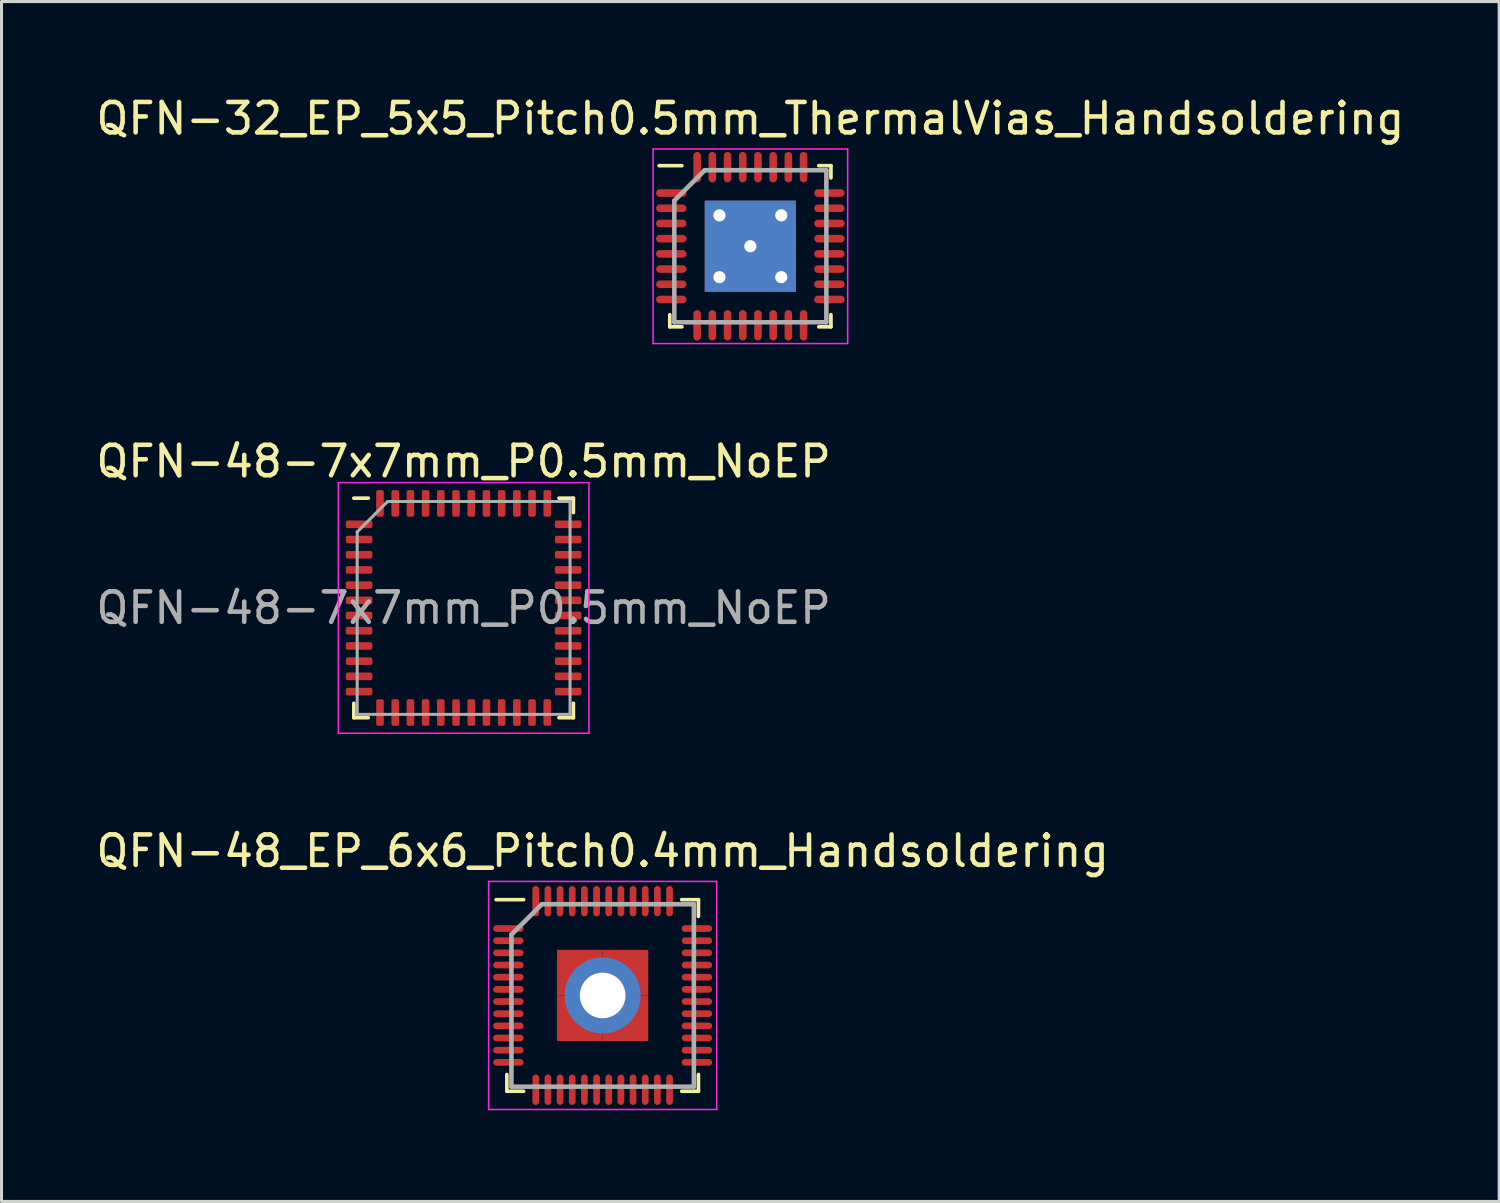
<source format=kicad_pcb>
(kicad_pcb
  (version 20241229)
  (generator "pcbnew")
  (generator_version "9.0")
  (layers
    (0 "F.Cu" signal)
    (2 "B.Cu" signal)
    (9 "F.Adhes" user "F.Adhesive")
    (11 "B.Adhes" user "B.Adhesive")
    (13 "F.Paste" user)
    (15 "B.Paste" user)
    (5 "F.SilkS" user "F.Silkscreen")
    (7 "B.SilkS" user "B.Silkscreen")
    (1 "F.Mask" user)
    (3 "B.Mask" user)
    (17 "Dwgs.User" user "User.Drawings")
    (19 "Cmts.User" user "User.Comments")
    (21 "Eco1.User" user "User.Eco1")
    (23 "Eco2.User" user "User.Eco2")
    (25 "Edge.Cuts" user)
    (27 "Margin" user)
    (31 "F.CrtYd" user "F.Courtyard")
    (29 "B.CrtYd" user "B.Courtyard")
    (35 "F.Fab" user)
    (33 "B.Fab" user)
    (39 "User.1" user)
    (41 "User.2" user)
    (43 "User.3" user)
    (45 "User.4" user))
  (footprint "QFN-48_EP_6x6_Pitch0.4mm_Handsoldering"
    (layer "F.Cu")
    (at 16.768 29.685)
    (property "Reference" "QFN-48_EP_6x6_Pitch0.4mm_Handsoldering" (at 0 -4.75 0) (layer "F.SilkS") (effects (font (size 1 1) (thickness 0.15))))
    (attr smd)
    (fp_line (start -3.15 3.15) (end -3.15 2.6) (stroke (width 0.12) (type solid)) (layer "F.SilkS"))
    (fp_line (start -2.6 -3.15) (end -3.5 -3.15) (stroke (width 0.12) (type solid)) (layer "F.SilkS"))
    (fp_line (start -2.6 3.15) (end -3.15 3.15) (stroke (width 0.12) (type solid)) (layer "F.SilkS"))
    (fp_line (start 2.6 -3.15) (end 3.15 -3.15) (stroke (width 0.12) (type solid)) (layer "F.SilkS"))
    (fp_line (start 2.6 3.15) (end 3.15 3.15) (stroke (width 0.12) (type solid)) (layer "F.SilkS"))
    (fp_line (start 3.15 -3.15) (end 3.15 -2.6) (stroke (width 0.12) (type solid)) (layer "F.SilkS"))
    (fp_line (start 3.15 3.15) (end 3.15 2.6) (stroke (width 0.12) (type solid)) (layer "F.SilkS"))
    (fp_line (start -3.75 -3.75) (end 3.75 -3.75) (stroke (width 0.05) (type solid)) (layer "F.CrtYd"))
    (fp_line (start -3.75 3.75) (end -3.75 -3.75) (stroke (width 0.05) (type solid)) (layer "F.CrtYd"))
    (fp_line (start 3.75 -3.75) (end 3.75 3.75) (stroke (width 0.05) (type solid)) (layer "F.CrtYd"))
    (fp_line (start 3.75 3.75) (end -3.75 3.75) (stroke (width 0.05) (type solid)) (layer "F.CrtYd"))
    (fp_line (start -3 -2) (end -3 3) (stroke (width 0.15) (type solid)) (layer "F.Fab"))
    (fp_line (start -3 3) (end 3 3) (stroke (width 0.15) (type solid)) (layer "F.Fab"))
    (fp_line (start -2 -3) (end -3 -2) (stroke (width 0.15) (type solid)) (layer "F.Fab"))
    (fp_line (start 3 -3) (end -2 -3) (stroke (width 0.15) (type solid)) (layer "F.Fab"))
    (fp_line (start 3 3) (end 3 -3) (stroke (width 0.15) (type solid)) (layer "F.Fab"))
    (pad "1" smd oval (at -3.1 -2.2 90) (size 0.22 1) (layers "F.Cu" "F.Mask" "F.Paste"))
    (pad "2" smd oval (at -3.1 -1.8 90) (size 0.22 1) (layers "F.Cu" "F.Mask" "F.Paste"))
    (pad "3" smd oval (at -3.1 -1.4 90) (size 0.22 1) (layers "F.Cu" "F.Mask" "F.Paste"))
    (pad "4" smd oval (at -3.1 -1 90) (size 0.22 1) (layers "F.Cu" "F.Mask" "F.Paste"))
    (pad "5" smd oval (at -3.1 -0.6 90) (size 0.22 1) (layers "F.Cu" "F.Mask" "F.Paste"))
    (pad "6" smd oval (at -3.1 -0.2 90) (size 0.22 1) (layers "F.Cu" "F.Mask" "F.Paste"))
    (pad "7" smd oval (at -3.1 0.2 90) (size 0.22 1) (layers "F.Cu" "F.Mask" "F.Paste"))
    (pad "8" smd oval (at -3.1 0.6 90) (size 0.22 1) (layers "F.Cu" "F.Mask" "F.Paste"))
    (pad "9" smd oval (at -3.1 1 90) (size 0.22 1) (layers "F.Cu" "F.Mask" "F.Paste"))
    (pad "10" smd oval (at -3.1 1.4 90) (size 0.22 1) (layers "F.Cu" "F.Mask" "F.Paste"))
    (pad "11" smd oval (at -3.1 1.8 90) (size 0.22 1) (layers "F.Cu" "F.Mask" "F.Paste"))
    (pad "12" smd oval (at -3.1 2.2 90) (size 0.22 1) (layers "F.Cu" "F.Mask" "F.Paste"))
    (pad "13" smd oval (at -2.2 3.1) (size 0.22 1) (layers "F.Cu" "F.Mask" "F.Paste"))
    (pad "14" smd oval (at -1.8 3.1) (size 0.22 1) (layers "F.Cu" "F.Mask" "F.Paste"))
    (pad "15" smd oval (at -1.4 3.1) (size 0.22 1) (layers "F.Cu" "F.Mask" "F.Paste"))
    (pad "16" smd oval (at -1 3.1) (size 0.22 1) (layers "F.Cu" "F.Mask" "F.Paste"))
    (pad "17" smd oval (at -0.6 3.1) (size 0.22 1) (layers "F.Cu" "F.Mask" "F.Paste"))
    (pad "18" smd oval (at -0.2 3.1) (size 0.22 1) (layers "F.Cu" "F.Mask" "F.Paste"))
    (pad "19" smd oval (at 0.2 3.1) (size 0.22 1) (layers "F.Cu" "F.Mask" "F.Paste"))
    (pad "20" smd oval (at 0.6 3.1) (size 0.22 1) (layers "F.Cu" "F.Mask" "F.Paste"))
    (pad "21" smd oval (at 1 3.1) (size 0.22 1) (layers "F.Cu" "F.Mask" "F.Paste"))
    (pad "22" smd oval (at 1.4 3.1) (size 0.22 1) (layers "F.Cu" "F.Mask" "F.Paste"))
    (pad "23" smd oval (at 1.8 3.1) (size 0.22 1) (layers "F.Cu" "F.Mask" "F.Paste"))
    (pad "24" smd oval (at 2.2 3.1) (size 0.22 1) (layers "F.Cu" "F.Mask" "F.Paste"))
    (pad "25" smd oval (at 3.1 2.2 90) (size 0.22 1) (layers "F.Cu" "F.Mask" "F.Paste"))
    (pad "26" smd oval (at 3.1 1.8 90) (size 0.22 1) (layers "F.Cu" "F.Mask" "F.Paste"))
    (pad "27" smd oval (at 3.1 1.4 90) (size 0.22 1) (layers "F.Cu" "F.Mask" "F.Paste"))
    (pad "28" smd oval (at 3.1 1 90) (size 0.22 1) (layers "F.Cu" "F.Mask" "F.Paste"))
    (pad "29" smd oval (at 3.1 0.6 90) (size 0.22 1) (layers "F.Cu" "F.Mask" "F.Paste"))
    (pad "30" smd oval (at 3.1 0.2 90) (size 0.22 1) (layers "F.Cu" "F.Mask" "F.Paste"))
    (pad "31" smd oval (at 3.1 -0.2 90) (size 0.22 1) (layers "F.Cu" "F.Mask" "F.Paste"))
    (pad "32" smd oval (at 3.1 -0.6 90) (size 0.22 1) (layers "F.Cu" "F.Mask" "F.Paste"))
    (pad "33" smd oval (at 3.1 -1 90) (size 0.22 1) (layers "F.Cu" "F.Mask" "F.Paste"))
    (pad "34" smd oval (at 3.1 -1.4 90) (size 0.22 1) (layers "F.Cu" "F.Mask" "F.Paste"))
    (pad "35" smd oval (at 3.1 -1.8 90) (size 0.22 1) (layers "F.Cu" "F.Mask" "F.Paste"))
    (pad "36" smd oval (at 3.1 -2.2 90) (size 0.22 1) (layers "F.Cu" "F.Mask" "F.Paste"))
    (pad "37" smd oval (at 2.2 -3.1) (size 0.22 1) (layers "F.Cu" "F.Mask" "F.Paste"))
    (pad "38" smd oval (at 1.8 -3.1) (size 0.22 1) (layers "F.Cu" "F.Mask" "F.Paste"))
    (pad "39" smd oval (at 1.4 -3.1) (size 0.22 1) (layers "F.Cu" "F.Mask" "F.Paste"))
    (pad "40" smd oval (at 1 -3.1) (size 0.22 1) (layers "F.Cu" "F.Mask" "F.Paste"))
    (pad "41" smd oval (at 0.6 -3.1) (size 0.22 1) (layers "F.Cu" "F.Mask" "F.Paste"))
    (pad "42" smd oval (at 0.2 -3.1) (size 0.22 1) (layers "F.Cu" "F.Mask" "F.Paste"))
    (pad "43" smd oval (at -0.2 -3.1) (size 0.22 1) (layers "F.Cu" "F.Mask" "F.Paste"))
    (pad "44" smd oval (at -0.6 -3.1) (size 0.22 1) (layers "F.Cu" "F.Mask" "F.Paste"))
    (pad "45" smd oval (at -1 -3.1) (size 0.22 1) (layers "F.Cu" "F.Mask" "F.Paste"))
    (pad "46" smd oval (at -1.4 -3.1) (size 0.22 1) (layers "F.Cu" "F.Mask" "F.Paste"))
    (pad "47" smd oval (at -1.8 -3.1) (size 0.22 1) (layers "F.Cu" "F.Mask" "F.Paste"))
    (pad "48" smd oval (at -2.2 -3.1) (size 0.22 1) (layers "F.Cu" "F.Mask" "F.Paste"))
    (pad "49" smd rect (at -0.75 -0.75) (size 1.5 1.5) (layers "F.Cu" "F.Mask" "F.Paste"))
    (pad "49" smd rect (at -0.75 0.75) (size 1.5 1.5) (layers "F.Cu" "F.Mask" "F.Paste"))
    (pad "49" thru_hole circle (at 0 0) (size 2.5 2.5) (drill 1.5) (layers "*.Cu" "*.Mask"))
    (pad "49" smd rect (at 0.75 -0.75) (size 1.5 1.5) (layers "F.Cu" "F.Mask" "F.Paste"))
    (pad "49" smd rect (at 0.75 0.75) (size 1.5 1.5) (layers "F.Cu" "F.Mask" "F.Paste")))
  (footprint "QFN-48-7x7mm_P0.5mm_NoEP"
    (layer "F.Cu")
    (at 12.196 16.942)
    (property "Reference" "QFN-48-7x7mm_P0.5mm_NoEP" (at 0 -4.82 0) (layer "F.SilkS") (effects (font (size 1 1) (thickness 0.15))))
    (attr smd)
    (fp_line (start -3.61 3.61) (end -3.61 3.135) (stroke (width 0.12) (type solid)) (layer "F.SilkS"))
    (fp_line (start -3.135 -3.61) (end -3.61 -3.61) (stroke (width 0.12) (type solid)) (layer "F.SilkS"))
    (fp_line (start -3.135 3.61) (end -3.61 3.61) (stroke (width 0.12) (type solid)) (layer "F.SilkS"))
    (fp_line (start 3.135 -3.61) (end 3.61 -3.61) (stroke (width 0.12) (type solid)) (layer "F.SilkS"))
    (fp_line (start 3.135 3.61) (end 3.61 3.61) (stroke (width 0.12) (type solid)) (layer "F.SilkS"))
    (fp_line (start 3.61 -3.61) (end 3.61 -3.135) (stroke (width 0.12) (type solid)) (layer "F.SilkS"))
    (fp_line (start 3.61 3.61) (end 3.61 3.135) (stroke (width 0.12) (type solid)) (layer "F.SilkS"))
    (fp_line (start -4.12 -4.12) (end -4.12 4.12) (stroke (width 0.05) (type solid)) (layer "F.CrtYd"))
    (fp_line (start -4.12 4.12) (end 4.12 4.12) (stroke (width 0.05) (type solid)) (layer "F.CrtYd"))
    (fp_line (start 4.12 -4.12) (end -4.12 -4.12) (stroke (width 0.05) (type solid)) (layer "F.CrtYd"))
    (fp_line (start 4.12 4.12) (end 4.12 -4.12) (stroke (width 0.05) (type solid)) (layer "F.CrtYd"))
    (fp_line (start -3.5 -2.5) (end -2.5 -3.5) (stroke (width 0.1) (type solid)) (layer "F.Fab"))
    (fp_line (start -3.5 3.5) (end -3.5 -2.5) (stroke (width 0.1) (type solid)) (layer "F.Fab"))
    (fp_line (start -2.5 -3.5) (end 3.5 -3.5) (stroke (width 0.1) (type solid)) (layer "F.Fab"))
    (fp_line (start 3.5 -3.5) (end 3.5 3.5) (stroke (width 0.1) (type solid)) (layer "F.Fab"))
    (fp_line (start 3.5 3.5) (end -3.5 3.5) (stroke (width 0.1) (type solid)) (layer "F.Fab"))
    (fp_text user "${REFERENCE}" (at 0 0 0) (layer "F.Fab") (effects (font (size 1 1) (thickness 0.15))))
    (pad "1" smd roundrect (at -3.438 -2.75) (size 0.875 0.25) (layers "F.Cu" "F.Mask" "F.Paste") (roundrect_rratio 0.25))
    (pad "2" smd roundrect (at -3.438 -2.25) (size 0.875 0.25) (layers "F.Cu" "F.Mask" "F.Paste") (roundrect_rratio 0.25))
    (pad "3" smd roundrect (at -3.438 -1.75) (size 0.875 0.25) (layers "F.Cu" "F.Mask" "F.Paste") (roundrect_rratio 0.25))
    (pad "4" smd roundrect (at -3.438 -1.25) (size 0.875 0.25) (layers "F.Cu" "F.Mask" "F.Paste") (roundrect_rratio 0.25))
    (pad "5" smd roundrect (at -3.438 -0.75) (size 0.875 0.25) (layers "F.Cu" "F.Mask" "F.Paste") (roundrect_rratio 0.25))
    (pad "6" smd roundrect (at -3.438 -0.25) (size 0.875 0.25) (layers "F.Cu" "F.Mask" "F.Paste") (roundrect_rratio 0.25))
    (pad "7" smd roundrect (at -3.438 0.25) (size 0.875 0.25) (layers "F.Cu" "F.Mask" "F.Paste") (roundrect_rratio 0.25))
    (pad "8" smd roundrect (at -3.438 0.75) (size 0.875 0.25) (layers "F.Cu" "F.Mask" "F.Paste") (roundrect_rratio 0.25))
    (pad "9" smd roundrect (at -3.438 1.25) (size 0.875 0.25) (layers "F.Cu" "F.Mask" "F.Paste") (roundrect_rratio 0.25))
    (pad "10" smd roundrect (at -3.438 1.75) (size 0.875 0.25) (layers "F.Cu" "F.Mask" "F.Paste") (roundrect_rratio 0.25))
    (pad "11" smd roundrect (at -3.438 2.25) (size 0.875 0.25) (layers "F.Cu" "F.Mask" "F.Paste") (roundrect_rratio 0.25))
    (pad "12" smd roundrect (at -3.438 2.75) (size 0.875 0.25) (layers "F.Cu" "F.Mask" "F.Paste") (roundrect_rratio 0.25))
    (pad "13" smd roundrect (at -2.75 3.438) (size 0.25 0.875) (layers "F.Cu" "F.Mask" "F.Paste") (roundrect_rratio 0.25))
    (pad "14" smd roundrect (at -2.25 3.438) (size 0.25 0.875) (layers "F.Cu" "F.Mask" "F.Paste") (roundrect_rratio 0.25))
    (pad "15" smd roundrect (at -1.75 3.438) (size 0.25 0.875) (layers "F.Cu" "F.Mask" "F.Paste") (roundrect_rratio 0.25))
    (pad "16" smd roundrect (at -1.25 3.438) (size 0.25 0.875) (layers "F.Cu" "F.Mask" "F.Paste") (roundrect_rratio 0.25))
    (pad "17" smd roundrect (at -0.75 3.438) (size 0.25 0.875) (layers "F.Cu" "F.Mask" "F.Paste") (roundrect_rratio 0.25))
    (pad "18" smd roundrect (at -0.25 3.438) (size 0.25 0.875) (layers "F.Cu" "F.Mask" "F.Paste") (roundrect_rratio 0.25))
    (pad "19" smd roundrect (at 0.25 3.438) (size 0.25 0.875) (layers "F.Cu" "F.Mask" "F.Paste") (roundrect_rratio 0.25))
    (pad "20" smd roundrect (at 0.75 3.438) (size 0.25 0.875) (layers "F.Cu" "F.Mask" "F.Paste") (roundrect_rratio 0.25))
    (pad "21" smd roundrect (at 1.25 3.438) (size 0.25 0.875) (layers "F.Cu" "F.Mask" "F.Paste") (roundrect_rratio 0.25))
    (pad "22" smd roundrect (at 1.75 3.438) (size 0.25 0.875) (layers "F.Cu" "F.Mask" "F.Paste") (roundrect_rratio 0.25))
    (pad "23" smd roundrect (at 2.25 3.438) (size 0.25 0.875) (layers "F.Cu" "F.Mask" "F.Paste") (roundrect_rratio 0.25))
    (pad "24" smd roundrect (at 2.75 3.438) (size 0.25 0.875) (layers "F.Cu" "F.Mask" "F.Paste") (roundrect_rratio 0.25))
    (pad "25" smd roundrect (at 3.438 2.75) (size 0.875 0.25) (layers "F.Cu" "F.Mask" "F.Paste") (roundrect_rratio 0.25))
    (pad "26" smd roundrect (at 3.438 2.25) (size 0.875 0.25) (layers "F.Cu" "F.Mask" "F.Paste") (roundrect_rratio 0.25))
    (pad "27" smd roundrect (at 3.438 1.75) (size 0.875 0.25) (layers "F.Cu" "F.Mask" "F.Paste") (roundrect_rratio 0.25))
    (pad "28" smd roundrect (at 3.438 1.25) (size 0.875 0.25) (layers "F.Cu" "F.Mask" "F.Paste") (roundrect_rratio 0.25))
    (pad "29" smd roundrect (at 3.438 0.75) (size 0.875 0.25) (layers "F.Cu" "F.Mask" "F.Paste") (roundrect_rratio 0.25))
    (pad "30" smd roundrect (at 3.438 0.25) (size 0.875 0.25) (layers "F.Cu" "F.Mask" "F.Paste") (roundrect_rratio 0.25))
    (pad "31" smd roundrect (at 3.438 -0.25) (size 0.875 0.25) (layers "F.Cu" "F.Mask" "F.Paste") (roundrect_rratio 0.25))
    (pad "32" smd roundrect (at 3.438 -0.75) (size 0.875 0.25) (layers "F.Cu" "F.Mask" "F.Paste") (roundrect_rratio 0.25))
    (pad "33" smd roundrect (at 3.438 -1.25) (size 0.875 0.25) (layers "F.Cu" "F.Mask" "F.Paste") (roundrect_rratio 0.25))
    (pad "34" smd roundrect (at 3.438 -1.75) (size 0.875 0.25) (layers "F.Cu" "F.Mask" "F.Paste") (roundrect_rratio 0.25))
    (pad "35" smd roundrect (at 3.438 -2.25) (size 0.875 0.25) (layers "F.Cu" "F.Mask" "F.Paste") (roundrect_rratio 0.25))
    (pad "36" smd roundrect (at 3.438 -2.75) (size 0.875 0.25) (layers "F.Cu" "F.Mask" "F.Paste") (roundrect_rratio 0.25))
    (pad "37" smd roundrect (at 2.75 -3.438) (size 0.25 0.875) (layers "F.Cu" "F.Mask" "F.Paste") (roundrect_rratio 0.25))
    (pad "38" smd roundrect (at 2.25 -3.438) (size 0.25 0.875) (layers "F.Cu" "F.Mask" "F.Paste") (roundrect_rratio 0.25))
    (pad "39" smd roundrect (at 1.75 -3.438) (size 0.25 0.875) (layers "F.Cu" "F.Mask" "F.Paste") (roundrect_rratio 0.25))
    (pad "40" smd roundrect (at 1.25 -3.438) (size 0.25 0.875) (layers "F.Cu" "F.Mask" "F.Paste") (roundrect_rratio 0.25))
    (pad "41" smd roundrect (at 0.75 -3.438) (size 0.25 0.875) (layers "F.Cu" "F.Mask" "F.Paste") (roundrect_rratio 0.25))
    (pad "42" smd roundrect (at 0.25 -3.438) (size 0.25 0.875) (layers "F.Cu" "F.Mask" "F.Paste") (roundrect_rratio 0.25))
    (pad "43" smd roundrect (at -0.25 -3.438) (size 0.25 0.875) (layers "F.Cu" "F.Mask" "F.Paste") (roundrect_rratio 0.25))
    (pad "44" smd roundrect (at -0.75 -3.438) (size 0.25 0.875) (layers "F.Cu" "F.Mask" "F.Paste") (roundrect_rratio 0.25))
    (pad "45" smd roundrect (at -1.25 -3.438) (size 0.25 0.875) (layers "F.Cu" "F.Mask" "F.Paste") (roundrect_rratio 0.25))
    (pad "46" smd roundrect (at -1.75 -3.438) (size 0.25 0.875) (layers "F.Cu" "F.Mask" "F.Paste") (roundrect_rratio 0.25))
    (pad "47" smd roundrect (at -2.25 -3.438) (size 0.25 0.875) (layers "F.Cu" "F.Mask" "F.Paste") (roundrect_rratio 0.25))
    (pad "48" smd roundrect (at -2.75 -3.438) (size 0.25 0.875) (layers "F.Cu" "F.Mask" "F.Paste") (roundrect_rratio 0.25)))
  (footprint "QFN-32_EP_5x5_Pitch0.5mm_ThermalVias_Handsoldering"
    (layer "F.Cu")
    (at 21.625 5.048)
    (property "Reference" "QFN-32_EP_5x5_Pitch0.5mm_ThermalVias_Handsoldering" (at 0 -4.2 0) (layer "F.SilkS") (effects (font (size 1 1) (thickness 0.15))))
    (attr smd)
    (fp_line (start -2.65 2.65) (end -2.65 2.25) (stroke (width 0.12) (type solid)) (layer "F.SilkS"))
    (fp_line (start -2.25 -2.65) (end -3 -2.65) (stroke (width 0.12) (type solid)) (layer "F.SilkS"))
    (fp_line (start -2.25 2.65) (end -2.65 2.65) (stroke (width 0.12) (type solid)) (layer "F.SilkS"))
    (fp_line (start 2.25 -2.65) (end 2.65 -2.65) (stroke (width 0.12) (type solid)) (layer "F.SilkS"))
    (fp_line (start 2.25 2.65) (end 2.65 2.65) (stroke (width 0.12) (type solid)) (layer "F.SilkS"))
    (fp_line (start 2.65 -2.65) (end 2.65 -2.25) (stroke (width 0.12) (type solid)) (layer "F.SilkS"))
    (fp_line (start 2.65 2.65) (end 2.65 2.25) (stroke (width 0.12) (type solid)) (layer "F.SilkS"))
    (fp_line (start -3.2 -3.2) (end 3.2 -3.2) (stroke (width 0.05) (type solid)) (layer "F.CrtYd"))
    (fp_line (start -3.2 3.2) (end -3.2 -3.2) (stroke (width 0.05) (type solid)) (layer "F.CrtYd"))
    (fp_line (start 3.2 -3.2) (end 3.2 3.2) (stroke (width 0.05) (type solid)) (layer "F.CrtYd"))
    (fp_line (start 3.2 3.2) (end -3.2 3.2) (stroke (width 0.05) (type solid)) (layer "F.CrtYd"))
    (fp_line (start -2.5 -1.5) (end -2.5 2.5) (stroke (width 0.15) (type solid)) (layer "F.Fab"))
    (fp_line (start -2.5 2.5) (end 2.5 2.5) (stroke (width 0.15) (type solid)) (layer "F.Fab"))
    (fp_line (start -1.5 -2.5) (end -2.5 -1.5) (stroke (width 0.15) (type solid)) (layer "F.Fab"))
    (fp_line (start 2.5 -2.5) (end -1.5 -2.5) (stroke (width 0.15) (type solid)) (layer "F.Fab"))
    (fp_line (start 2.5 2.5) (end 2.5 -2.5) (stroke (width 0.15) (type solid)) (layer "F.Fab"))
    (pad "1" smd oval (at -2.6 -1.75 90) (size 0.25 1) (layers "F.Cu" "F.Mask" "F.Paste"))
    (pad "2" smd oval (at -2.6 -1.25 90) (size 0.25 1) (layers "F.Cu" "F.Mask" "F.Paste"))
    (pad "3" smd oval (at -2.6 -0.75 90) (size 0.25 1) (layers "F.Cu" "F.Mask" "F.Paste"))
    (pad "4" smd oval (at -2.6 -0.25 90) (size 0.25 1) (layers "F.Cu" "F.Mask" "F.Paste"))
    (pad "5" smd oval (at -2.6 0.25 90) (size 0.25 1) (layers "F.Cu" "F.Mask" "F.Paste"))
    (pad "6" smd oval (at -2.6 0.75 90) (size 0.25 1) (layers "F.Cu" "F.Mask" "F.Paste"))
    (pad "7" smd oval (at -2.6 1.25 90) (size 0.25 1) (layers "F.Cu" "F.Mask" "F.Paste"))
    (pad "8" smd oval (at -2.6 1.75 90) (size 0.25 1) (layers "F.Cu" "F.Mask" "F.Paste"))
    (pad "9" smd oval (at -1.75 2.6) (size 0.25 1) (layers "F.Cu" "F.Mask" "F.Paste"))
    (pad "10" smd oval (at -1.25 2.6) (size 0.25 1) (layers "F.Cu" "F.Mask" "F.Paste"))
    (pad "11" smd oval (at -0.75 2.6) (size 0.25 1) (layers "F.Cu" "F.Mask" "F.Paste"))
    (pad "12" smd oval (at -0.25 2.6) (size 0.25 1) (layers "F.Cu" "F.Mask" "F.Paste"))
    (pad "13" smd oval (at 0.25 2.6) (size 0.25 1) (layers "F.Cu" "F.Mask" "F.Paste"))
    (pad "14" smd oval (at 0.75 2.6) (size 0.25 1) (layers "F.Cu" "F.Mask" "F.Paste"))
    (pad "15" smd oval (at 1.25 2.6) (size 0.25 1) (layers "F.Cu" "F.Mask" "F.Paste"))
    (pad "16" smd oval (at 1.75 2.6) (size 0.25 1) (layers "F.Cu" "F.Mask" "F.Paste"))
    (pad "17" smd oval (at 2.6 1.75 90) (size 0.25 1) (layers "F.Cu" "F.Mask" "F.Paste"))
    (pad "18" smd oval (at 2.6 1.25 90) (size 0.25 1) (layers "F.Cu" "F.Mask" "F.Paste"))
    (pad "19" smd oval (at 2.6 0.75 90) (size 0.25 1) (layers "F.Cu" "F.Mask" "F.Paste"))
    (pad "20" smd oval (at 2.6 0.25 90) (size 0.25 1) (layers "F.Cu" "F.Mask" "F.Paste"))
    (pad "21" smd oval (at 2.6 -0.25 90) (size 0.25 1) (layers "F.Cu" "F.Mask" "F.Paste"))
    (pad "22" smd oval (at 2.6 -0.75 90) (size 0.25 1) (layers "F.Cu" "F.Mask" "F.Paste"))
    (pad "23" smd oval (at 2.6 -1.25 90) (size 0.25 1) (layers "F.Cu" "F.Mask" "F.Paste"))
    (pad "24" smd oval (at 2.6 -1.75 90) (size 0.25 1) (layers "F.Cu" "F.Mask" "F.Paste"))
    (pad "25" smd oval (at 1.75 -2.6) (size 0.25 1) (layers "F.Cu" "F.Mask" "F.Paste"))
    (pad "26" smd oval (at 1.25 -2.6) (size 0.25 1) (layers "F.Cu" "F.Mask" "F.Paste"))
    (pad "27" smd oval (at 0.75 -2.6) (size 0.25 1) (layers "F.Cu" "F.Mask" "F.Paste"))
    (pad "28" smd oval (at 0.25 -2.6) (size 0.25 1) (layers "F.Cu" "F.Mask" "F.Paste"))
    (pad "29" smd oval (at -0.25 -2.6) (size 0.25 1) (layers "F.Cu" "F.Mask" "F.Paste"))
    (pad "30" smd oval (at -0.75 -2.6) (size 0.25 1) (layers "F.Cu" "F.Mask" "F.Paste"))
    (pad "31" smd oval (at -1.25 -2.6) (size 0.25 1) (layers "F.Cu" "F.Mask" "F.Paste"))
    (pad "32" smd oval (at -1.75 -2.6) (size 0.25 1) (layers "F.Cu" "F.Mask" "F.Paste"))
    (pad "33" thru_hole circle (at -1.016 -1.016) (size 0.8 0.8) (drill 0.4) (layers "*.Cu" "*.Mask"))
    (pad "33" thru_hole circle (at -1.016 1.016) (size 0.8 0.8) (drill 0.4) (layers "*.Cu" "*.Mask"))
    (pad "33" thru_hole circle (at 0 0) (size 0.8 0.8) (drill 0.4) (layers "*.Cu" "*.Mask"))
    (pad "33" smd rect (at 0 0) (size 3 3) (layers "F.Cu" "F.Mask" "F.Paste"))
    (pad "33" smd rect (at 0 0) (size 3 3) (layers "B.Cu" "B.Mask"))
    (pad "33" thru_hole circle (at 1.016 -1.016) (size 0.8 0.8) (drill 0.4) (layers "*.Cu" "*.Mask"))
    (pad "33" thru_hole circle (at 1.016 1.016) (size 0.8 0.8) (drill 0.4) (layers "*.Cu" "*.Mask")))
  (gr_rect
    (start -3 -3)
    (end 46.25 36.46)
    (stroke (width 0.1) (type default))
    (fill no)
    (layer "Edge.Cuts")))
</source>
